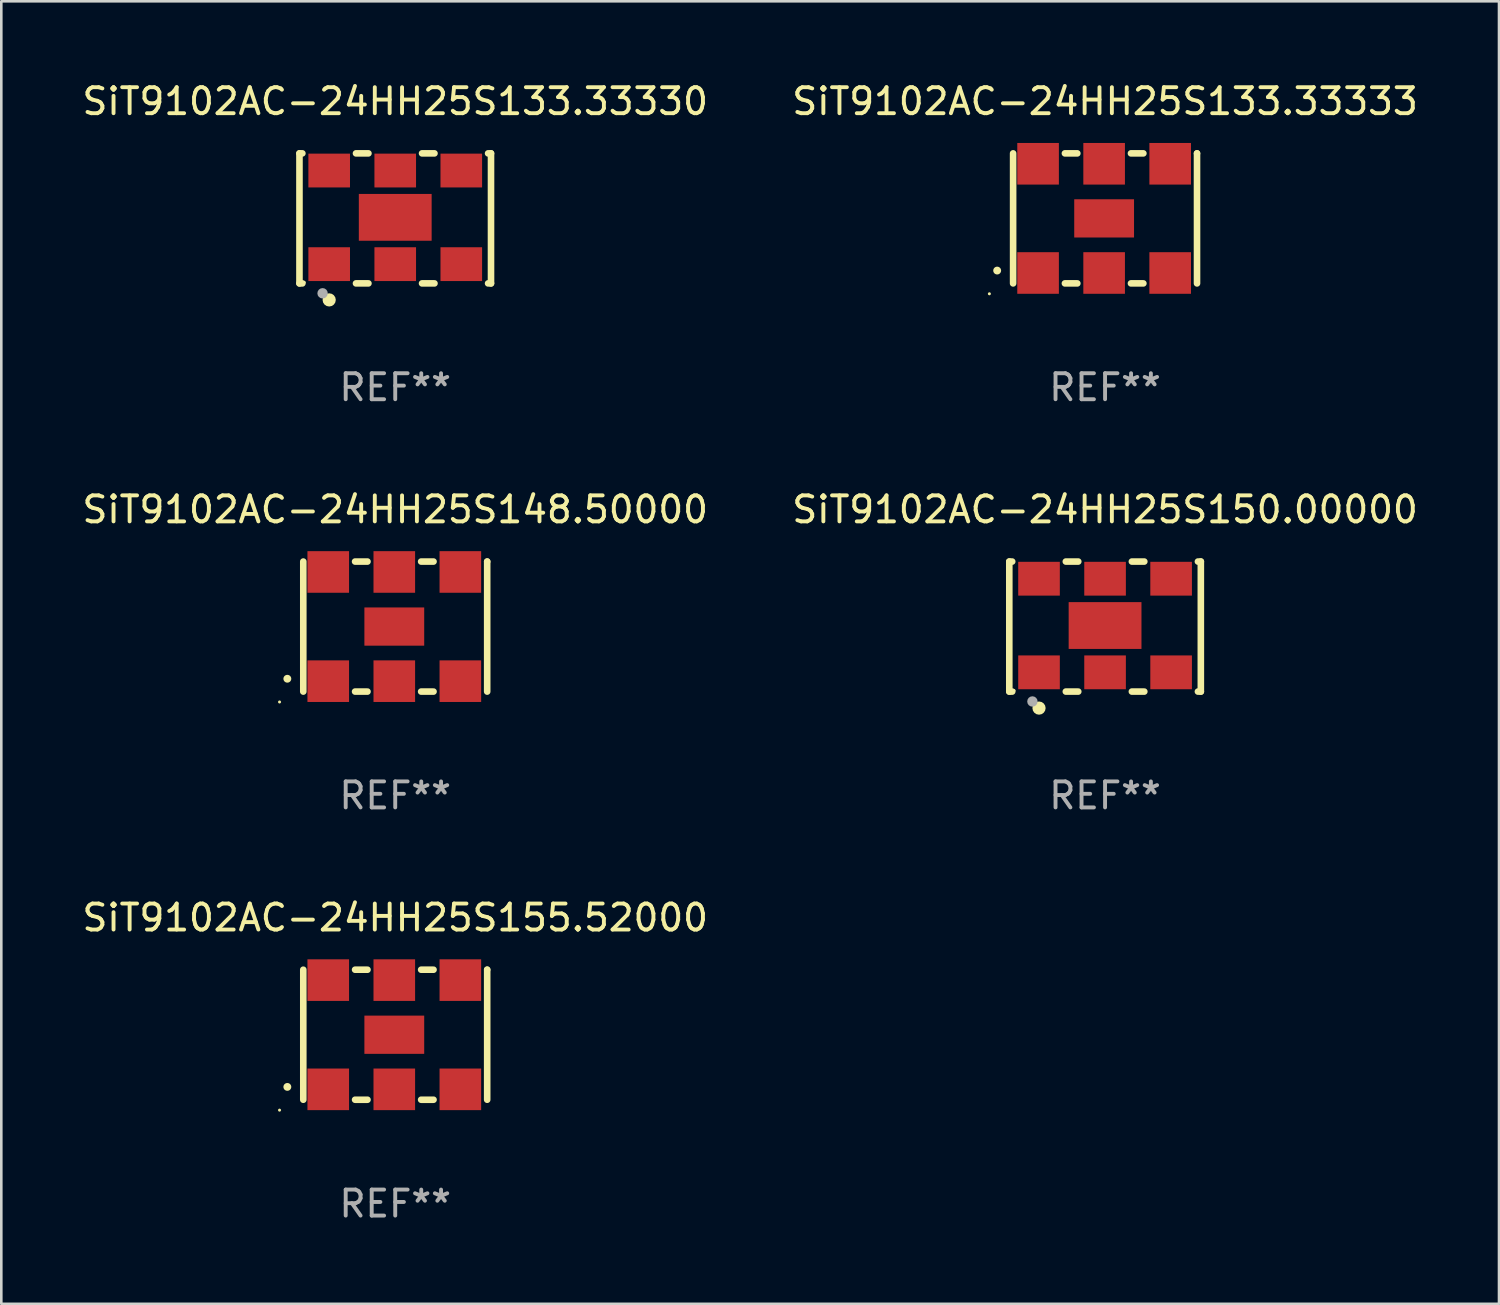
<source format=kicad_pcb>
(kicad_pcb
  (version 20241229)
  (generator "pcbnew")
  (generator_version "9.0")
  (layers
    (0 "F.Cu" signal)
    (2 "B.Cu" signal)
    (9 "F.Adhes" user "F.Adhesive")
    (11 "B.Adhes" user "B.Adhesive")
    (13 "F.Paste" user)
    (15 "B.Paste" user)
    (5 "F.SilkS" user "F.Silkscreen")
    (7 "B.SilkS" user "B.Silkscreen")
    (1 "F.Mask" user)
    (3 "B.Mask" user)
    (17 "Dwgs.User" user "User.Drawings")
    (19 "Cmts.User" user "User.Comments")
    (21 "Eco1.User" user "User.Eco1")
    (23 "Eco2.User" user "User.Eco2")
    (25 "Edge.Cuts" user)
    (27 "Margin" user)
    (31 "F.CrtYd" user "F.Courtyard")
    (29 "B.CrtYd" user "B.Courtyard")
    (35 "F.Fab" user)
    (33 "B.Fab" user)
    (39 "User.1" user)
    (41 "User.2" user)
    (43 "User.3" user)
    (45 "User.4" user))
  (footprint "SiT9102AC-24HH25S148.50000"
    (layer "F.Cu")
    (at 12.149 21.045)
    (property "Reference" "SiT9102AC-24HH25S148.50000" (at 0 -4.5 0) (layer "F.SilkS") (effects (font (size 1 1) (thickness 0.15))))
    (attr through_hole)
    (fp_line (start -3.536 -2.5) (end -3.536 2.5) (stroke (width 0.254) (type solid)) (layer "F.SilkS"))
    (fp_line (start -1.544 2.5) (end -1.067 2.5) (stroke (width 0.254) (type solid)) (layer "F.SilkS"))
    (fp_line (start -1.067 -2.5) (end -1.544 -2.5) (stroke (width 0.254) (type solid)) (layer "F.SilkS"))
    (fp_line (start 0.996 2.5) (end 1.473 2.5) (stroke (width 0.254) (type solid)) (layer "F.SilkS"))
    (fp_line (start 1.473 -2.5) (end 0.996 -2.5) (stroke (width 0.254) (type solid)) (layer "F.SilkS"))
    (fp_line (start 3.536 -2.5) (end 3.536 -2.5) (stroke (width 0.254) (type solid)) (layer "F.SilkS"))
    (fp_line (start 3.536 2.5) (end 3.536 -2.5) (stroke (width 0.254) (type solid)) (layer "F.SilkS"))
    (fp_arc (start -4.150432 2.006604) (mid -4.149162 2.006599) (end -4.147892 2.006604) (stroke (width 0.3) (type solid)) (layer "F.SilkS"))
    (fp_circle (center -4.449 2.9) (end -4.419 2.9) (stroke (width 0.06) (type solid)) (fill no) (layer "F.SilkS"))
    (fp_text user "REF**" (at 0 6.5 0) (layer "F.Fab") (effects (font (size 1 1) (thickness 0.15))))
    (pad "1" smd rect (at -2.576 2.1) (size 1.6 1.6) (layers "F.Cu" "F.Mask" "F.Paste"))
    (pad "2" smd rect (at -0.036 2.1) (size 1.6 1.6) (layers "F.Cu" "F.Mask" "F.Paste"))
    (pad "3" smd rect (at 2.504 2.1) (size 1.6 1.6) (layers "F.Cu" "F.Mask" "F.Paste"))
    (pad "4" smd rect (at 2.504 -2.1) (size 1.6 1.6) (layers "F.Cu" "F.Mask" "F.Paste"))
    (pad "5" smd rect (at -0.036 -2.1) (size 1.6 1.6) (layers "F.Cu" "F.Mask" "F.Paste"))
    (pad "6" smd rect (at -2.576 -2.1) (size 1.6 1.6) (layers "F.Cu" "F.Mask" "F.Paste"))
    (pad "7" smd rect (at -0.036 0) (size 2.3 1.47) (layers "F.Cu" "F.Mask" "F.Paste")))
  (footprint "SiT9102AC-24HH25S155.52000"
    (layer "F.Cu")
    (at 12.149 36.741)
    (property "Reference" "SiT9102AC-24HH25S155.52000" (at 0 -4.5 0) (layer "F.SilkS") (effects (font (size 1 1) (thickness 0.15))))
    (attr through_hole)
    (fp_line (start -3.536 -2.5) (end -3.536 2.5) (stroke (width 0.254) (type solid)) (layer "F.SilkS"))
    (fp_line (start -1.544 2.5) (end -1.067 2.5) (stroke (width 0.254) (type solid)) (layer "F.SilkS"))
    (fp_line (start -1.067 -2.5) (end -1.544 -2.5) (stroke (width 0.254) (type solid)) (layer "F.SilkS"))
    (fp_line (start 0.996 2.5) (end 1.473 2.5) (stroke (width 0.254) (type solid)) (layer "F.SilkS"))
    (fp_line (start 1.473 -2.5) (end 0.996 -2.5) (stroke (width 0.254) (type solid)) (layer "F.SilkS"))
    (fp_line (start 3.536 -2.5) (end 3.536 -2.5) (stroke (width 0.254) (type solid)) (layer "F.SilkS"))
    (fp_line (start 3.536 2.5) (end 3.536 -2.5) (stroke (width 0.254) (type solid)) (layer "F.SilkS"))
    (fp_arc (start -4.150432 2.006604) (mid -4.149162 2.006599) (end -4.147892 2.006604) (stroke (width 0.3) (type solid)) (layer "F.SilkS"))
    (fp_circle (center -4.449 2.9) (end -4.419 2.9) (stroke (width 0.06) (type solid)) (fill no) (layer "F.SilkS"))
    (fp_text user "REF**" (at 0 6.5 0) (layer "F.Fab") (effects (font (size 1 1) (thickness 0.15))))
    (pad "1" smd rect (at -2.576 2.1) (size 1.6 1.6) (layers "F.Cu" "F.Mask" "F.Paste"))
    (pad "2" smd rect (at -0.036 2.1) (size 1.6 1.6) (layers "F.Cu" "F.Mask" "F.Paste"))
    (pad "3" smd rect (at 2.504 2.1) (size 1.6 1.6) (layers "F.Cu" "F.Mask" "F.Paste"))
    (pad "4" smd rect (at 2.504 -2.1) (size 1.6 1.6) (layers "F.Cu" "F.Mask" "F.Paste"))
    (pad "5" smd rect (at -0.036 -2.1) (size 1.6 1.6) (layers "F.Cu" "F.Mask" "F.Paste"))
    (pad "6" smd rect (at -2.576 -2.1) (size 1.6 1.6) (layers "F.Cu" "F.Mask" "F.Paste"))
    (pad "7" smd rect (at -0.036 0) (size 2.3 1.47) (layers "F.Cu" "F.Mask" "F.Paste")))
  (footprint "SiT9102AC-24HH25S133.33333"
    (layer "F.Cu")
    (at 39.446 5.348)
    (property "Reference" "SiT9102AC-24HH25S133.33333" (at 0 -4.5 0) (layer "F.SilkS") (effects (font (size 1 1) (thickness 0.15))))
    (attr through_hole)
    (fp_line (start -3.536 -2.5) (end -3.536 2.5) (stroke (width 0.254) (type solid)) (layer "F.SilkS"))
    (fp_line (start -1.544 2.5) (end -1.067 2.5) (stroke (width 0.254) (type solid)) (layer "F.SilkS"))
    (fp_line (start -1.067 -2.5) (end -1.544 -2.5) (stroke (width 0.254) (type solid)) (layer "F.SilkS"))
    (fp_line (start 0.996 2.5) (end 1.473 2.5) (stroke (width 0.254) (type solid)) (layer "F.SilkS"))
    (fp_line (start 1.473 -2.5) (end 0.996 -2.5) (stroke (width 0.254) (type solid)) (layer "F.SilkS"))
    (fp_line (start 3.536 -2.5) (end 3.536 -2.5) (stroke (width 0.254) (type solid)) (layer "F.SilkS"))
    (fp_line (start 3.536 2.5) (end 3.536 -2.5) (stroke (width 0.254) (type solid)) (layer "F.SilkS"))
    (fp_arc (start -4.150432 2.006604) (mid -4.149162 2.006599) (end -4.147892 2.006604) (stroke (width 0.3) (type solid)) (layer "F.SilkS"))
    (fp_circle (center -4.449 2.9) (end -4.419 2.9) (stroke (width 0.06) (type solid)) (fill no) (layer "F.SilkS"))
    (fp_text user "REF**" (at 0 6.5 0) (layer "F.Fab") (effects (font (size 1 1) (thickness 0.15))))
    (pad "1" smd rect (at -2.576 2.1) (size 1.6 1.6) (layers "F.Cu" "F.Mask" "F.Paste"))
    (pad "2" smd rect (at -0.036 2.1) (size 1.6 1.6) (layers "F.Cu" "F.Mask" "F.Paste"))
    (pad "3" smd rect (at 2.504 2.1) (size 1.6 1.6) (layers "F.Cu" "F.Mask" "F.Paste"))
    (pad "4" smd rect (at 2.504 -2.1) (size 1.6 1.6) (layers "F.Cu" "F.Mask" "F.Paste"))
    (pad "5" smd rect (at -0.036 -2.1) (size 1.6 1.6) (layers "F.Cu" "F.Mask" "F.Paste"))
    (pad "6" smd rect (at -2.576 -2.1) (size 1.6 1.6) (layers "F.Cu" "F.Mask" "F.Paste"))
    (pad "7" smd rect (at -0.036 0) (size 2.3 1.47) (layers "F.Cu" "F.Mask" "F.Paste")))
  (footprint "SiT9102AC-24HH25S133.33330"
    (layer "F.Cu")
    (at 12.149 5.348)
    (property "Reference" "SiT9102AC-24HH25S133.33330" (at 0 -4.5 0) (layer "F.SilkS") (effects (font (size 1 1) (thickness 0.15))))
    (attr through_hole)
    (fp_line (start -3.683 -2.5) (end -3.571 -2.5) (stroke (width 0.254) (type solid)) (layer "F.SilkS"))
    (fp_line (start -3.683 2.5) (end -3.683 -2.5) (stroke (width 0.254) (type solid)) (layer "F.SilkS"))
    (fp_line (start -3.683 2.5) (end -3.571 2.5) (stroke (width 0.254) (type solid)) (layer "F.SilkS"))
    (fp_line (start -1.509 -2.5) (end -1.031 -2.5) (stroke (width 0.254) (type solid)) (layer "F.SilkS"))
    (fp_line (start -1.509 2.5) (end -1.031 2.5) (stroke (width 0.254) (type solid)) (layer "F.SilkS"))
    (fp_line (start 1.031 -2.5) (end 1.509 -2.5) (stroke (width 0.254) (type solid)) (layer "F.SilkS"))
    (fp_line (start 1.031 2.5) (end 1.509 2.5) (stroke (width 0.254) (type solid)) (layer "F.SilkS"))
    (fp_line (start 3.571 -2.5) (end 3.683 -2.5) (stroke (width 0.254) (type solid)) (layer "F.SilkS"))
    (fp_line (start 3.571 2.5) (end 3.683 2.5) (stroke (width 0.254) (type solid)) (layer "F.SilkS"))
    (fp_line (start 3.683 2.5) (end 3.683 -2.5) (stroke (width 0.254) (type solid)) (layer "F.SilkS"))
    (fp_circle (center -3.5 2.46) (end -3.47 2.46) (stroke (width 0.06) (type solid)) (fill no) (layer "F.SilkS"))
    (fp_circle (center -2.54 3.135) (end -2.413 3.135) (stroke (width 0.254) (type solid)) (fill no) (layer "F.SilkS"))
    (fp_circle (center -2.794 2.881) (end -2.694 2.881) (stroke (width 0.2) (type solid)) (fill no) (layer "F.Fab"))
    (fp_text user "REF**" (at 0 6.5 0) (layer "F.Fab") (effects (font (size 1 1) (thickness 0.15))))
    (pad "1" smd rect (at -2.54 1.76) (size 1.6 1.3) (layers "F.Cu" "F.Mask" "F.Paste"))
    (pad "2" smd rect (at 0 1.76) (size 1.6 1.3) (layers "F.Cu" "F.Mask" "F.Paste"))
    (pad "3" smd rect (at 2.54 1.76) (size 1.6 1.3) (layers "F.Cu" "F.Mask" "F.Paste"))
    (pad "4" smd rect (at 2.54 -1.84) (size 1.6 1.3) (layers "F.Cu" "F.Mask" "F.Paste"))
    (pad "5" smd rect (at 0 -1.84) (size 1.6 1.3) (layers "F.Cu" "F.Mask" "F.Paste"))
    (pad "6" smd rect (at -2.54 -1.84) (size 1.6 1.3) (layers "F.Cu" "F.Mask" "F.Paste"))
    (pad "7" smd rect (at 0 -0.04) (size 2.8 1.8) (layers "F.Cu" "F.Mask" "F.Paste")))
  (footprint "SiT9102AC-24HH25S150.00000"
    (layer "F.Cu")
    (at 39.446 21.045)
    (property "Reference" "SiT9102AC-24HH25S150.00000" (at 0 -4.5 0) (layer "F.SilkS") (effects (font (size 1 1) (thickness 0.15))))
    (attr through_hole)
    (fp_line (start -3.683 -2.5) (end -3.571 -2.5) (stroke (width 0.254) (type solid)) (layer "F.SilkS"))
    (fp_line (start -3.683 2.5) (end -3.683 -2.5) (stroke (width 0.254) (type solid)) (layer "F.SilkS"))
    (fp_line (start -3.683 2.5) (end -3.571 2.5) (stroke (width 0.254) (type solid)) (layer "F.SilkS"))
    (fp_line (start -1.509 -2.5) (end -1.031 -2.5) (stroke (width 0.254) (type solid)) (layer "F.SilkS"))
    (fp_line (start -1.509 2.5) (end -1.031 2.5) (stroke (width 0.254) (type solid)) (layer "F.SilkS"))
    (fp_line (start 1.031 -2.5) (end 1.509 -2.5) (stroke (width 0.254) (type solid)) (layer "F.SilkS"))
    (fp_line (start 1.031 2.5) (end 1.509 2.5) (stroke (width 0.254) (type solid)) (layer "F.SilkS"))
    (fp_line (start 3.571 -2.5) (end 3.683 -2.5) (stroke (width 0.254) (type solid)) (layer "F.SilkS"))
    (fp_line (start 3.571 2.5) (end 3.683 2.5) (stroke (width 0.254) (type solid)) (layer "F.SilkS"))
    (fp_line (start 3.683 2.5) (end 3.683 -2.5) (stroke (width 0.254) (type solid)) (layer "F.SilkS"))
    (fp_circle (center -3.5 2.46) (end -3.47 2.46) (stroke (width 0.06) (type solid)) (fill no) (layer "F.SilkS"))
    (fp_circle (center -2.54 3.135) (end -2.413 3.135) (stroke (width 0.254) (type solid)) (fill no) (layer "F.SilkS"))
    (fp_circle (center -2.794 2.881) (end -2.694 2.881) (stroke (width 0.2) (type solid)) (fill no) (layer "F.Fab"))
    (fp_text user "REF**" (at 0 6.5 0) (layer "F.Fab") (effects (font (size 1 1) (thickness 0.15))))
    (pad "1" smd rect (at -2.54 1.76) (size 1.6 1.3) (layers "F.Cu" "F.Mask" "F.Paste"))
    (pad "2" smd rect (at 0 1.76) (size 1.6 1.3) (layers "F.Cu" "F.Mask" "F.Paste"))
    (pad "3" smd rect (at 2.54 1.76) (size 1.6 1.3) (layers "F.Cu" "F.Mask" "F.Paste"))
    (pad "4" smd rect (at 2.54 -1.84) (size 1.6 1.3) (layers "F.Cu" "F.Mask" "F.Paste"))
    (pad "5" smd rect (at 0 -1.84) (size 1.6 1.3) (layers "F.Cu" "F.Mask" "F.Paste"))
    (pad "6" smd rect (at -2.54 -1.84) (size 1.6 1.3) (layers "F.Cu" "F.Mask" "F.Paste"))
    (pad "7" smd rect (at 0 -0.04) (size 2.8 1.8) (layers "F.Cu" "F.Mask" "F.Paste")))
  (gr_rect
    (start -3 -3)
    (end 54.595 47.09)
    (stroke (width 0.1) (type default))
    (fill no)
    (layer "Edge.Cuts")))
</source>
